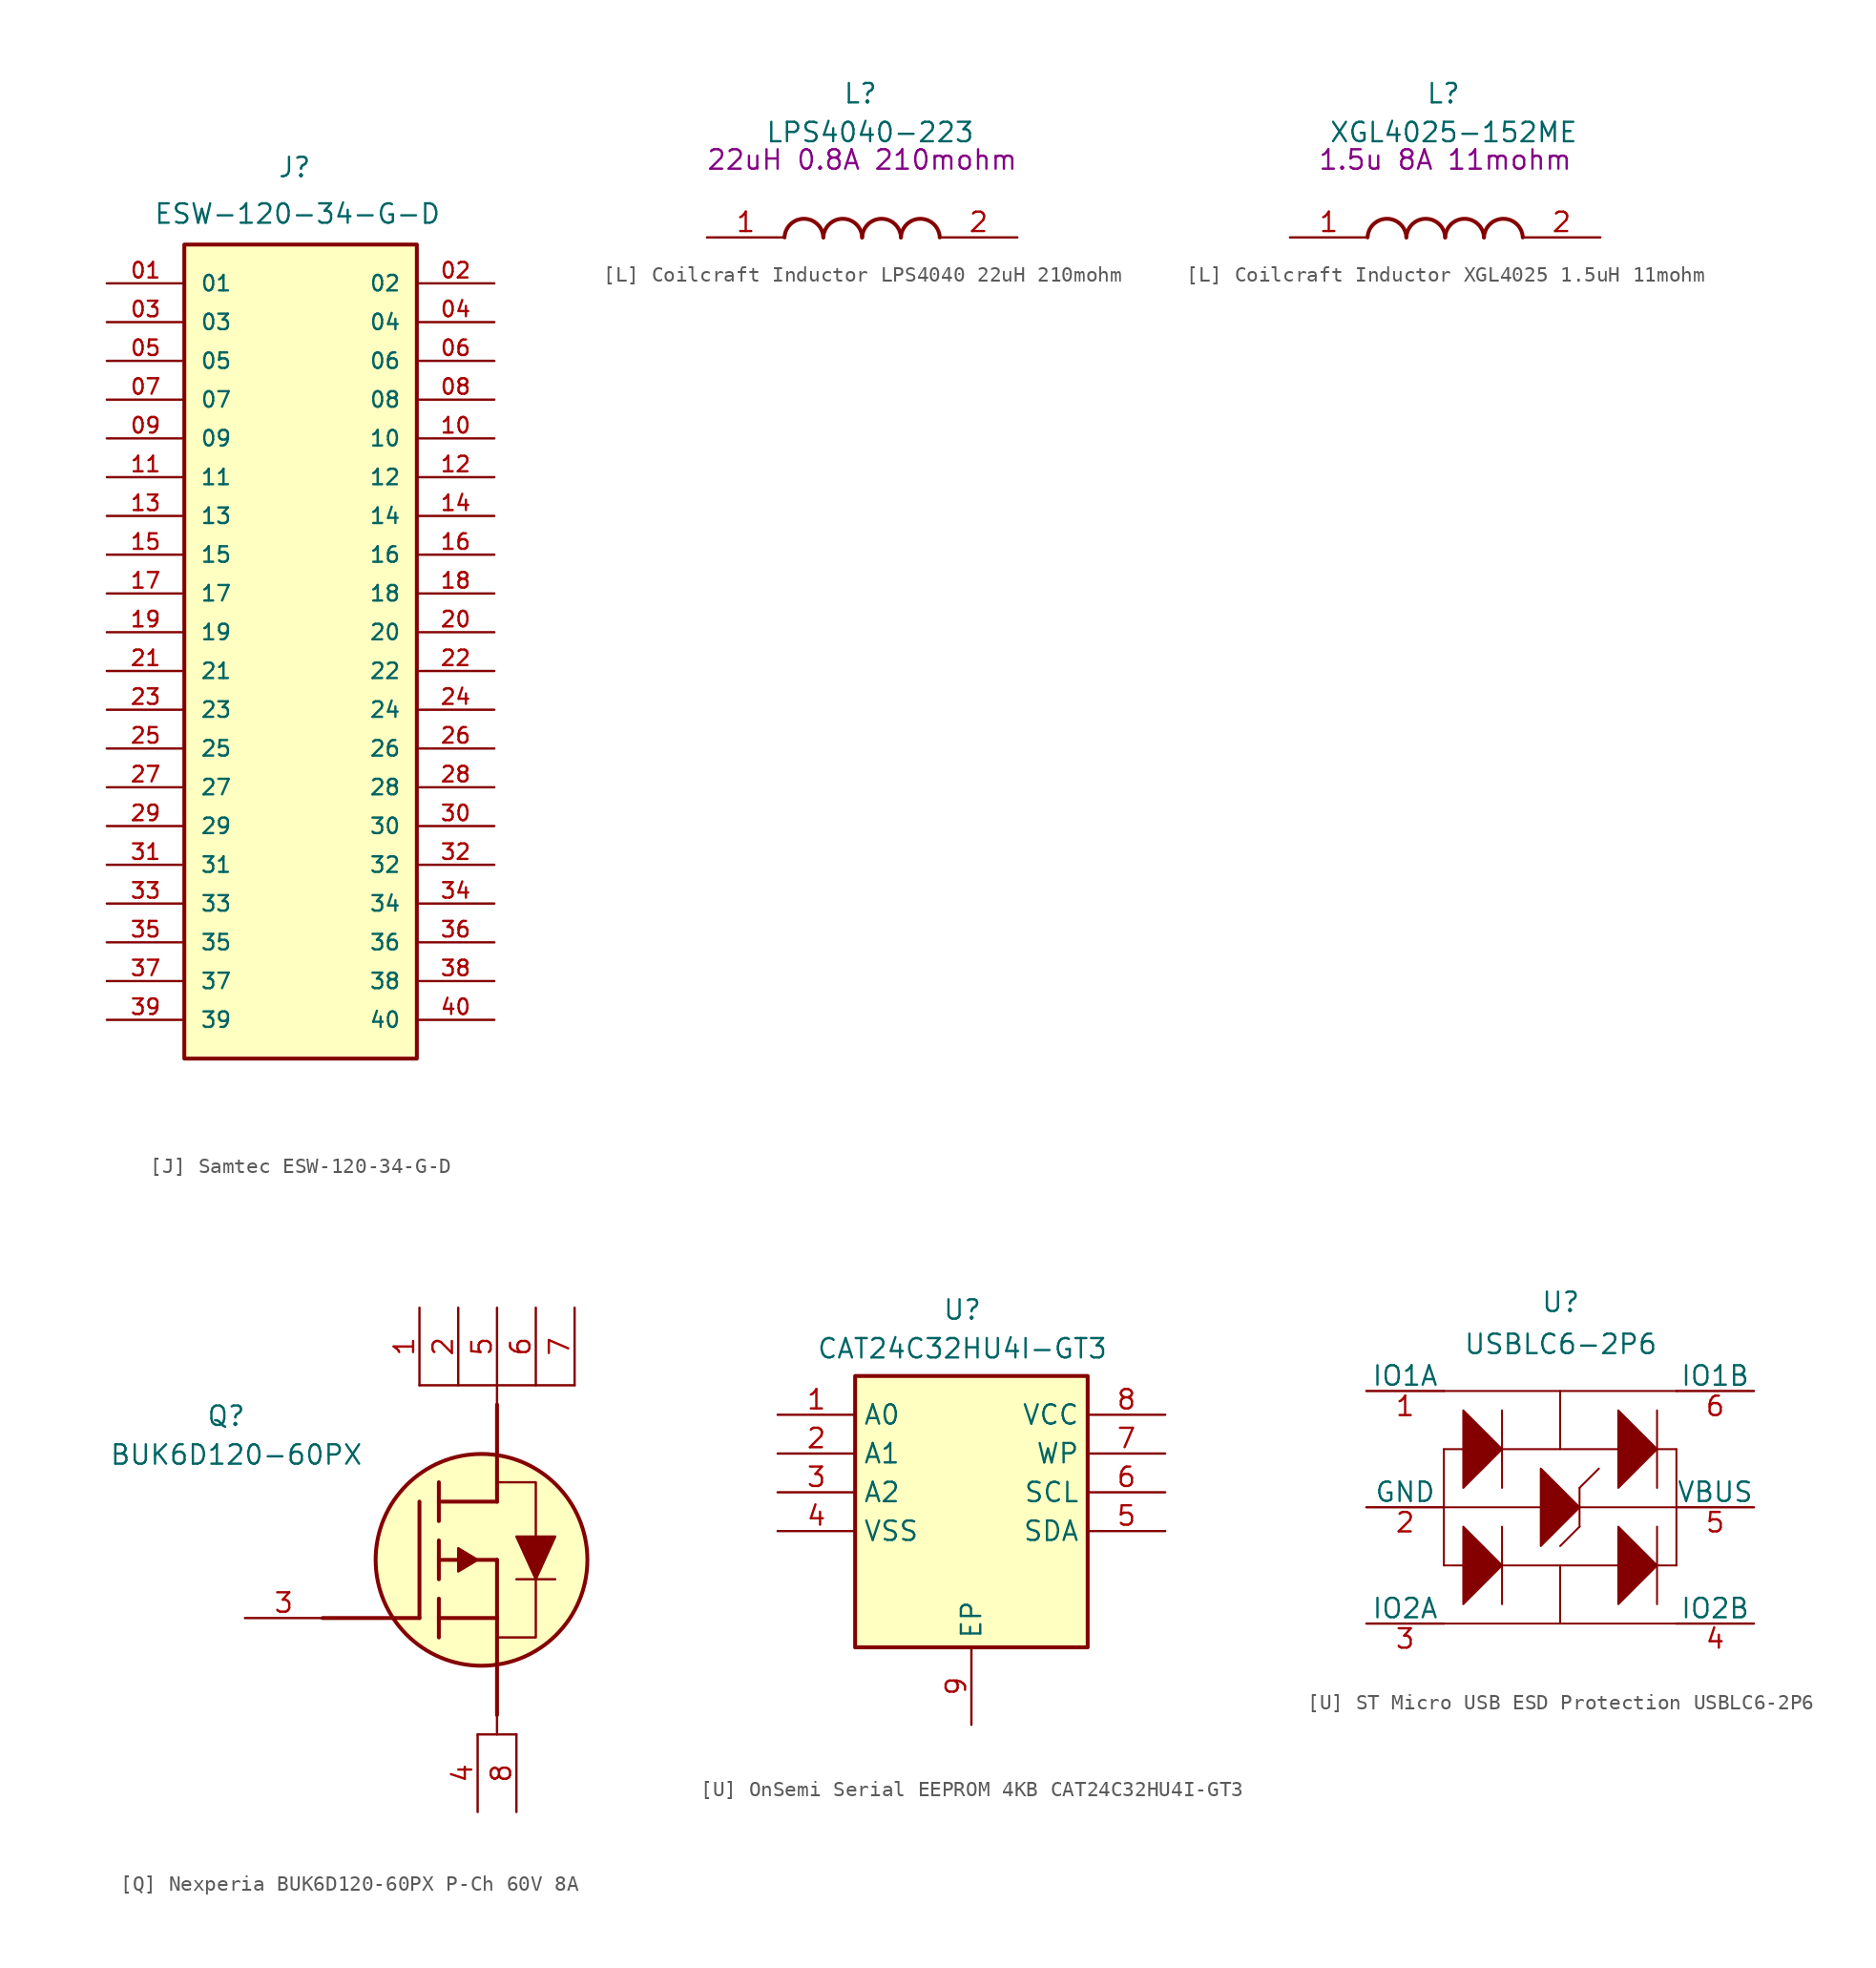
<source format=kicad_sym>
(kicad_symbol_lib
  (version 20241209)
  (generator "kicad_symbol_editor")
  (generator_version "9.0")
  (symbol "[J] Samtec ESW-120-34-G-D"
    (pin_names
      (offset 1.016))
    (property "Reference" "J"
      (at -1.524 32.258 0)
      (effects (font (size 1.27 1.27)) (justify left bottom)))
    (property "Value" "ESW-120-34-G-D"
      (at -9.652 29.21 0)
      (effects (font (size 1.27 1.27)) (justify left bottom)))
    (symbol "[J] Samtec ESW-120-34-G-D_0_0"
      (rectangle (start -7.62 -25.4) (end 7.62 27.94) (stroke (width 0.254) (type default)) (fill (type background)))
      (pin passive line (at -12.7 25.4 0) (length 5.08) (name "01" (effects (font (size 1.016 1.016)))) (number "01" (effects (font (size 1.016 1.016)))))
      (pin passive line (at -12.7 22.86 0) (length 5.08) (name "03" (effects (font (size 1.016 1.016)))) (number "03" (effects (font (size 1.016 1.016)))))
      (pin passive line (at -12.7 20.32 0) (length 5.08) (name "05" (effects (font (size 1.016 1.016)))) (number "05" (effects (font (size 1.016 1.016)))))
      (pin passive line (at -12.7 17.78 0) (length 5.08) (name "07" (effects (font (size 1.016 1.016)))) (number "07" (effects (font (size 1.016 1.016)))))
      (pin passive line (at -12.7 15.24 0) (length 5.08) (name "09" (effects (font (size 1.016 1.016)))) (number "09" (effects (font (size 1.016 1.016)))))
      (pin passive line (at -12.7 12.7 0) (length 5.08) (name "11" (effects (font (size 1.016 1.016)))) (number "11" (effects (font (size 1.016 1.016)))))
      (pin passive line (at -12.7 10.16 0) (length 5.08) (name "13" (effects (font (size 1.016 1.016)))) (number "13" (effects (font (size 1.016 1.016)))))
      (pin passive line (at -12.7 7.62 0) (length 5.08) (name "15" (effects (font (size 1.016 1.016)))) (number "15" (effects (font (size 1.016 1.016)))))
      (pin passive line (at -12.7 5.08 0) (length 5.08) (name "17" (effects (font (size 1.016 1.016)))) (number "17" (effects (font (size 1.016 1.016)))))
      (pin passive line (at -12.7 2.54 0) (length 5.08) (name "19" (effects (font (size 1.016 1.016)))) (number "19" (effects (font (size 1.016 1.016)))))
      (pin passive line (at -12.7 0 0) (length 5.08) (name "21" (effects (font (size 1.016 1.016)))) (number "21" (effects (font (size 1.016 1.016)))))
      (pin passive line (at -12.7 -2.54 0) (length 5.08) (name "23" (effects (font (size 1.016 1.016)))) (number "23" (effects (font (size 1.016 1.016)))))
      (pin passive line (at -12.7 -5.08 0) (length 5.08) (name "25" (effects (font (size 1.016 1.016)))) (number "25" (effects (font (size 1.016 1.016)))))
      (pin passive line (at -12.7 -7.62 0) (length 5.08) (name "27" (effects (font (size 1.016 1.016)))) (number "27" (effects (font (size 1.016 1.016)))))
      (pin passive line (at -12.7 -10.16 0) (length 5.08) (name "29" (effects (font (size 1.016 1.016)))) (number "29" (effects (font (size 1.016 1.016)))))
      (pin passive line (at -12.7 -12.7 0) (length 5.08) (name "31" (effects (font (size 1.016 1.016)))) (number "31" (effects (font (size 1.016 1.016)))))
      (pin passive line (at -12.7 -15.24 0) (length 5.08) (name "33" (effects (font (size 1.016 1.016)))) (number "33" (effects (font (size 1.016 1.016)))))
      (pin passive line (at -12.7 -17.78 0) (length 5.08) (name "35" (effects (font (size 1.016 1.016)))) (number "35" (effects (font (size 1.016 1.016)))))
      (pin passive line (at -12.7 -20.32 0) (length 5.08) (name "37" (effects (font (size 1.016 1.016)))) (number "37" (effects (font (size 1.016 1.016)))))
      (pin passive line (at -12.7 -22.86 0) (length 5.08) (name "39" (effects (font (size 1.016 1.016)))) (number "39" (effects (font (size 1.016 1.016)))))
      (pin passive line (at 12.7 25.4 180) (length 5.08) (name "02" (effects (font (size 1.016 1.016)))) (number "02" (effects (font (size 1.016 1.016)))))
      (pin passive line (at 12.7 22.86 180) (length 5.08) (name "04" (effects (font (size 1.016 1.016)))) (number "04" (effects (font (size 1.016 1.016)))))
      (pin passive line (at 12.7 20.32 180) (length 5.08) (name "06" (effects (font (size 1.016 1.016)))) (number "06" (effects (font (size 1.016 1.016)))))
      (pin passive line (at 12.7 17.78 180) (length 5.08) (name "08" (effects (font (size 1.016 1.016)))) (number "08" (effects (font (size 1.016 1.016)))))
      (pin passive line (at 12.7 15.24 180) (length 5.08) (name "10" (effects (font (size 1.016 1.016)))) (number "10" (effects (font (size 1.016 1.016)))))
      (pin passive line (at 12.7 12.7 180) (length 5.08) (name "12" (effects (font (size 1.016 1.016)))) (number "12" (effects (font (size 1.016 1.016)))))
      (pin passive line (at 12.7 10.16 180) (length 5.08) (name "14" (effects (font (size 1.016 1.016)))) (number "14" (effects (font (size 1.016 1.016)))))
      (pin passive line (at 12.7 7.62 180) (length 5.08) (name "16" (effects (font (size 1.016 1.016)))) (number "16" (effects (font (size 1.016 1.016)))))
      (pin passive line (at 12.7 5.08 180) (length 5.08) (name "18" (effects (font (size 1.016 1.016)))) (number "18" (effects (font (size 1.016 1.016)))))
      (pin passive line (at 12.7 2.54 180) (length 5.08) (name "20" (effects (font (size 1.016 1.016)))) (number "20" (effects (font (size 1.016 1.016)))))
      (pin passive line (at 12.7 0 180) (length 5.08) (name "22" (effects (font (size 1.016 1.016)))) (number "22" (effects (font (size 1.016 1.016)))))
      (pin passive line (at 12.7 -2.54 180) (length 5.08) (name "24" (effects (font (size 1.016 1.016)))) (number "24" (effects (font (size 1.016 1.016)))))
      (pin passive line (at 12.7 -5.08 180) (length 5.08) (name "26" (effects (font (size 1.016 1.016)))) (number "26" (effects (font (size 1.016 1.016)))))
      (pin passive line (at 12.7 -7.62 180) (length 5.08) (name "28" (effects (font (size 1.016 1.016)))) (number "28" (effects (font (size 1.016 1.016)))))
      (pin passive line (at 12.7 -10.16 180) (length 5.08) (name "30" (effects (font (size 1.016 1.016)))) (number "30" (effects (font (size 1.016 1.016)))))
      (pin passive line (at 12.7 -12.7 180) (length 5.08) (name "32" (effects (font (size 1.016 1.016)))) (number "32" (effects (font (size 1.016 1.016)))))
      (pin passive line (at 12.7 -15.24 180) (length 5.08) (name "34" (effects (font (size 1.016 1.016)))) (number "34" (effects (font (size 1.016 1.016)))))
      (pin passive line (at 12.7 -17.78 180) (length 5.08) (name "36" (effects (font (size 1.016 1.016)))) (number "36" (effects (font (size 1.016 1.016)))))
      (pin passive line (at 12.7 -20.32 180) (length 5.08) (name "38" (effects (font (size 1.016 1.016)))) (number "38" (effects (font (size 1.016 1.016)))))
      (pin passive line (at 12.7 -22.86 180) (length 5.08) (name "40" (effects (font (size 1.016 1.016)))) (number "40" (effects (font (size 1.016 1.016)))))))
  (symbol "[L] Coilcraft Inductor LPS4040 22uH 210mohm"
    (pin_names
      (hide yes))
    (property "Reference" "L"
      (at 8.89 10.16 0)
      (effects (font (size 1.27 1.27)) (justify left top)))
    (property "Value" "LPS4040-223"
      (at 3.81 7.62 0)
      (effects (font (size 1.27 1.27)) (justify left top)))
    (property "Spec" "22uH 0.8A 210mohm"
      (at 10.16 5.08 0)
      (effects (font (size 1.27 1.27))))
    (symbol "[L] Coilcraft Inductor LPS4040 22uH 210mohm_1_1"
      (arc (start 5.08 0) (mid 6.35 1.219) (end 7.62 0) (stroke (width 0.254) (type default)) (fill (type none)))
      (arc (start 7.62 0) (mid 8.89 1.219) (end 10.16 0) (stroke (width 0.254) (type default)) (fill (type none)))
      (arc (start 10.16 0) (mid 11.43 1.219) (end 12.7 0) (stroke (width 0.254) (type default)) (fill (type none)))
      (arc (start 12.7 0) (mid 13.97 1.219) (end 15.24 0) (stroke (width 0.254) (type default)) (fill (type none)))
      (pin passive line (at 0 0 0) (length 5.08) (name "1" (effects (font (size 1.27 1.27)))) (number "1" (effects (font (size 1.27 1.27)))))
      (pin passive line (at 20.32 0 180) (length 5.08) (name "2" (effects (font (size 1.27 1.27)))) (number "2" (effects (font (size 1.27 1.27)))))))
  (symbol "[L] Coilcraft Inductor XGL4025 1.5uH 11mohm"
    (pin_names
      (hide yes))
    (property "Reference" "L"
      (at 8.89 10.16 0)
      (effects (font (size 1.27 1.27)) (justify left top)))
    (property "Value" "XGL4025-152ME"
      (at 2.54 7.62 0)
      (effects (font (size 1.27 1.27)) (justify left top)))
    (property "Spec" "1.5u 8A 11mohm"
      (at 10.16 5.08 0)
      (effects (font (size 1.27 1.27))))
    (symbol "[L] Coilcraft Inductor XGL4025 1.5uH 11mohm_1_1"
      (arc (start 5.08 0) (mid 6.35 1.219) (end 7.62 0) (stroke (width 0.254) (type default)) (fill (type none)))
      (arc (start 7.62 0) (mid 8.89 1.219) (end 10.16 0) (stroke (width 0.254) (type default)) (fill (type none)))
      (arc (start 10.16 0) (mid 11.43 1.219) (end 12.7 0) (stroke (width 0.254) (type default)) (fill (type none)))
      (arc (start 12.7 0) (mid 13.97 1.219) (end 15.24 0) (stroke (width 0.254) (type default)) (fill (type none)))
      (pin passive line (at 0 0 0) (length 5.08) (name "1" (effects (font (size 1.27 1.27)))) (number "1" (effects (font (size 1.27 1.27)))))
      (pin passive line (at 20.32 0 180) (length 5.08) (name "2" (effects (font (size 1.27 1.27)))) (number "2" (effects (font (size 1.27 1.27)))))))
  (symbol "[Q] Nexperia BUK6D120-60PX P-Ch 60V 8A"
    (pin_names
      (hide yes))
    (property "Reference" "Q"
      (at -1.27 10.16 0)
      (effects (font (size 1.27 1.27)) (justify left top)))
    (property "Value" "BUK6D120-60PX"
      (at -7.62 7.62 0)
      (effects (font (size 1.27 1.27)) (justify left top)))
    (symbol "[Q] Nexperia BUK6D120-60PX P-Ch 60V 8A_1_1"
      (polyline (pts (xy 12.7 11.43) (xy 22.86 11.43)) (stroke (width 0) (type default)) (fill (type none)))
      (polyline (pts (xy 12.7 3.81) (xy 12.7 -3.81)) (stroke (width 0.254) (type default)) (fill (type none)))
      (polyline (pts (xy 12.7 -3.81) (xy 6.35 -3.81)) (stroke (width 0.254) (type default)) (fill (type none)))
      (polyline (pts (xy 13.97 5.08) (xy 13.97 2.54)) (stroke (width 0.254) (type default)) (fill (type none)))
      (polyline (pts (xy 13.97 3.81) (xy 17.78 3.81)) (stroke (width 0.254) (type default)) (fill (type none)))
      (polyline (pts (xy 13.97 1.27) (xy 13.97 -1.27)) (stroke (width 0.254) (type default)) (fill (type none)))
      (polyline (pts (xy 13.97 -2.54) (xy 13.97 -5.08)) (stroke (width 0.254) (type default)) (fill (type none)))
      (polyline (pts (xy 13.97 -3.81) (xy 17.78 -3.81)) (stroke (width 0.254) (type default)) (fill (type none)))
      (polyline (pts (xy 15.24 0.762) (xy 15.24 -0.762) (xy 16.51 0) (xy 15.24 0.762)) (stroke (width 0) (type default)) (fill (type outline)))
      (polyline (pts (xy 15.24 0) (xy 13.97 0)) (stroke (width 0.254) (type default)) (fill (type none)))
      (polyline (pts (xy 16.51 0) (xy 17.78 0)) (stroke (width 0.254) (type default)) (fill (type none)))
      (polyline (pts (xy 16.51 -11.43) (xy 19.05 -11.43)) (stroke (width 0) (type default)) (fill (type none)))
      (circle (center 16.764 0) (radius 6.933) (stroke (width 0.254) (type default)) (fill (type background)))
      (polyline (pts (xy 17.78 10.16) (xy 17.78 11.43)) (stroke (width 0) (type default)) (fill (type none)))
      (polyline (pts (xy 17.78 5.08) (xy 20.32 5.08) (xy 20.32 -5.08) (xy 17.78 -5.08)) (stroke (width 0) (type default)) (fill (type none)))
      (polyline (pts (xy 17.78 3.81) (xy 17.78 10.16)) (stroke (width 0.254) (type default)) (fill (type none)))
      (polyline (pts (xy 17.78 0) (xy 17.78 -3.81)) (stroke (width 0.254) (type default)) (fill (type none)))
      (polyline (pts (xy 17.78 -3.81) (xy 17.78 -10.16)) (stroke (width 0.254) (type default)) (fill (type none)))
      (polyline (pts (xy 17.78 -11.43) (xy 17.78 -10.16)) (stroke (width 0) (type default)) (fill (type none)))
      (polyline (pts (xy 19.05 -1.27) (xy 21.59 -1.27)) (stroke (width 0) (type default)) (fill (type none)))
      (polyline (pts (xy 20.32 -1.27) (xy 19.05 1.524) (xy 21.59 1.524) (xy 20.32 -1.27)) (stroke (width 0) (type default)) (fill (type outline)))
      (pin passive line (at 1.27 -3.81 0) (length 5.08) (name "G" (effects (font (size 1.27 1.27)))) (number "3" (effects (font (size 1.27 1.27)))))
      (pin passive line (at 12.7 16.51 270) (length 5.08) (name "D_1" (effects (font (size 1.27 1.27)))) (number "1" (effects (font (size 1.27 1.27)))))
      (pin passive line (at 15.24 16.51 270) (length 5.08) (name "D_2" (effects (font (size 1.27 1.27)))) (number "2" (effects (font (size 1.27 1.27)))))
      (pin passive line (at 16.51 -16.51 90) (length 5.08) (name "S_1" (effects (font (size 1.27 1.27)))) (number "4" (effects (font (size 1.27 1.27)))))
      (pin passive line (at 17.78 16.51 270) (length 5.08) (name "D_3" (effects (font (size 1.27 1.27)))) (number "5" (effects (font (size 1.27 1.27)))))
      (pin passive line (at 19.05 -16.51 90) (length 5.08) (name "S_2" (effects (font (size 1.27 1.27)))) (number "8" (effects (font (size 1.27 1.27)))))
      (pin passive line (at 20.32 16.51 270) (length 5.08) (name "D_4" (effects (font (size 1.27 1.27)))) (number "6" (effects (font (size 1.27 1.27)))))
      (pin passive line (at 22.86 16.51 270) (length 5.08) (name "D_5" (effects (font (size 1.27 1.27)))) (number "7" (effects (font (size 1.27 1.27)))))))
  (symbol "[U] OnSemi Serial EEPROM 4KB CAT24C32HU4I-GT3"
    (property "Reference" "U"
      (at 10.795 7.62 0)
      (effects (font (size 1.27 1.27)) (justify left top)))
    (property "Value" "CAT24C32HU4I-GT3"
      (at 2.54 5.08 0)
      (effects (font (size 1.27 1.27)) (justify left top)))
    (symbol "[U] OnSemi Serial EEPROM 4KB CAT24C32HU4I-GT3_1_1"
      (rectangle (start 5.08 2.54) (end 20.32 -15.24) (stroke (width 0.254) (type default)) (fill (type background)))
      (pin passive line (at 0 0 0) (length 5.08) (name "A0" (effects (font (size 1.27 1.27)))) (number "1" (effects (font (size 1.27 1.27)))))
      (pin passive line (at 0 -2.54 0) (length 5.08) (name "A1" (effects (font (size 1.27 1.27)))) (number "2" (effects (font (size 1.27 1.27)))))
      (pin passive line (at 0 -5.08 0) (length 5.08) (name "A2" (effects (font (size 1.27 1.27)))) (number "3" (effects (font (size 1.27 1.27)))))
      (pin passive line (at 0 -7.62 0) (length 5.08) (name "VSS" (effects (font (size 1.27 1.27)))) (number "4" (effects (font (size 1.27 1.27)))))
      (pin passive line (at 12.7 -20.32 90) (length 5.08) (name "EP" (effects (font (size 1.27 1.27)))) (number "9" (effects (font (size 1.27 1.27)))))
      (pin passive line (at 25.4 0 180) (length 5.08) (name "VCC" (effects (font (size 1.27 1.27)))) (number "8" (effects (font (size 1.27 1.27)))))
      (pin passive line (at 25.4 -2.54 180) (length 5.08) (name "WP" (effects (font (size 1.27 1.27)))) (number "7" (effects (font (size 1.27 1.27)))))
      (pin passive line (at 25.4 -5.08 180) (length 5.08) (name "SCL" (effects (font (size 1.27 1.27)))) (number "6" (effects (font (size 1.27 1.27)))))
      (pin passive line (at 25.4 -7.62 180) (length 5.08) (name "SDA" (effects (font (size 1.27 1.27)))) (number "5" (effects (font (size 1.27 1.27)))))))
  (symbol "[U] ST Micro USB ESD Protection USBLC6-2P6"
    (pin_names
      (offset 0))
    (property "Reference" "U"
      (at 11.43 12.7 0)
      (effects (font (size 1.27 1.27)) (justify left bottom)))
    (property "Value" "USBLC6-2P6"
      (at 6.35 11.43 0)
      (effects (font (size 1.27 1.27)) (justify left top)))
    (symbol "[U] ST Micro USB ESD Protection USBLC6-2P6_1_1"
      (polyline (pts (xy 5.08 7.62) (xy 20.32 7.62)) (stroke (width 0.127) (type default)) (fill (type none)))
      (polyline (pts (xy 5.08 0) (xy 20.32 0)) (stroke (width 0.127) (type default)) (fill (type none)))
      (polyline (pts (xy 5.08 -3.81) (xy 5.08 3.81)) (stroke (width 0.127) (type default)) (fill (type none)))
      (polyline (pts (xy 5.08 -3.81) (xy 6.35 -3.81)) (stroke (width 0.127) (type default)) (fill (type none)))
      (polyline (pts (xy 5.08 -7.62) (xy 20.32 -7.62)) (stroke (width 0.127) (type default)) (fill (type none)))
      (polyline (pts (xy 6.35 3.81) (xy 5.08 3.81)) (stroke (width 0.127) (type default)) (fill (type none)))
      (polyline (pts (xy 8.89 6.35) (xy 8.89 1.27)) (stroke (width 0.127) (type default)) (fill (type none)))
      (polyline (pts (xy 8.89 3.81) (xy 16.51 3.81)) (stroke (width 0.127) (type default)) (fill (type none)))
      (polyline (pts (xy 8.89 3.81) (xy 6.35 1.27) (xy 6.35 6.35) (xy 8.89 3.81)) (stroke (width 0.127) (type default)) (fill (type outline)))
      (polyline (pts (xy 8.89 -1.27) (xy 8.89 -6.35)) (stroke (width 0.127) (type default)) (fill (type none)))
      (polyline (pts (xy 8.89 -3.81) (xy 16.51 -3.81)) (stroke (width 0.127) (type default)) (fill (type none)))
      (polyline (pts (xy 8.89 -3.81) (xy 6.35 -6.35) (xy 6.35 -1.27) (xy 8.89 -3.81)) (stroke (width 0.127) (type default)) (fill (type outline)))
      (polyline (pts (xy 12.7 3.81) (xy 12.7 7.62)) (stroke (width 0.127) (type default)) (fill (type none)))
      (polyline (pts (xy 12.7 -2.54) (xy 13.97 -1.27)) (stroke (width 0.127) (type default)) (fill (type none)))
      (polyline (pts (xy 12.7 -3.81) (xy 12.7 -7.62)) (stroke (width 0.127) (type default)) (fill (type none)))
      (polyline (pts (xy 13.97 1.27) (xy 13.97 -1.27)) (stroke (width 0.127) (type default)) (fill (type none)))
      (polyline (pts (xy 13.97 1.27) (xy 15.24 2.54)) (stroke (width 0.127) (type default)) (fill (type none)))
      (polyline (pts (xy 13.97 0) (xy 11.43 -2.54) (xy 11.43 2.54) (xy 13.97 0)) (stroke (width 0.127) (type default)) (fill (type outline)))
      (polyline (pts (xy 19.05 6.35) (xy 19.05 1.27)) (stroke (width 0.127) (type default)) (fill (type none)))
      (polyline (pts (xy 19.05 3.81) (xy 20.32 3.81)) (stroke (width 0.127) (type default)) (fill (type none)))
      (polyline (pts (xy 19.05 3.81) (xy 16.51 1.27) (xy 16.51 6.35) (xy 19.05 3.81)) (stroke (width 0.127) (type default)) (fill (type outline)))
      (polyline (pts (xy 19.05 -1.27) (xy 19.05 -6.35)) (stroke (width 0.127) (type default)) (fill (type none)))
      (polyline (pts (xy 19.05 -3.81) (xy 16.51 -6.35) (xy 16.51 -1.27) (xy 19.05 -3.81)) (stroke (width 0.127) (type default)) (fill (type outline)))
      (polyline (pts (xy 20.32 -3.81) (xy 19.05 -3.81)) (stroke (width 0.127) (type default)) (fill (type none)))
      (polyline (pts (xy 20.32 -3.81) (xy 20.32 3.81)) (stroke (width 0.127) (type default)) (fill (type none)))
      (pin passive line (at 0 7.62 0) (length 5.08) (name "IO1A" (effects (font (size 1.27 1.27)))) (number "1" (effects (font (size 1.27 1.27)))))
      (pin passive line (at 0 0 0) (length 5.08) (name "GND" (effects (font (size 1.27 1.27)))) (number "2" (effects (font (size 1.27 1.27)))))
      (pin passive line (at 0 -7.62 0) (length 5.08) (name "IO2A" (effects (font (size 1.27 1.27)))) (number "3" (effects (font (size 1.27 1.27)))))
      (pin passive line (at 25.4 7.62 180) (length 5.08) (name "IO1B" (effects (font (size 1.27 1.27)))) (number "6" (effects (font (size 1.27 1.27)))))
      (pin passive line (at 25.4 0 180) (length 5.08) (name "VBUS" (effects (font (size 1.27 1.27)))) (number "5" (effects (font (size 1.27 1.27)))))
      (pin passive line (at 25.4 -7.62 180) (length 5.08) (name "IO2B" (effects (font (size 1.27 1.27)))) (number "4" (effects (font (size 1.27 1.27))))))))
</source>
